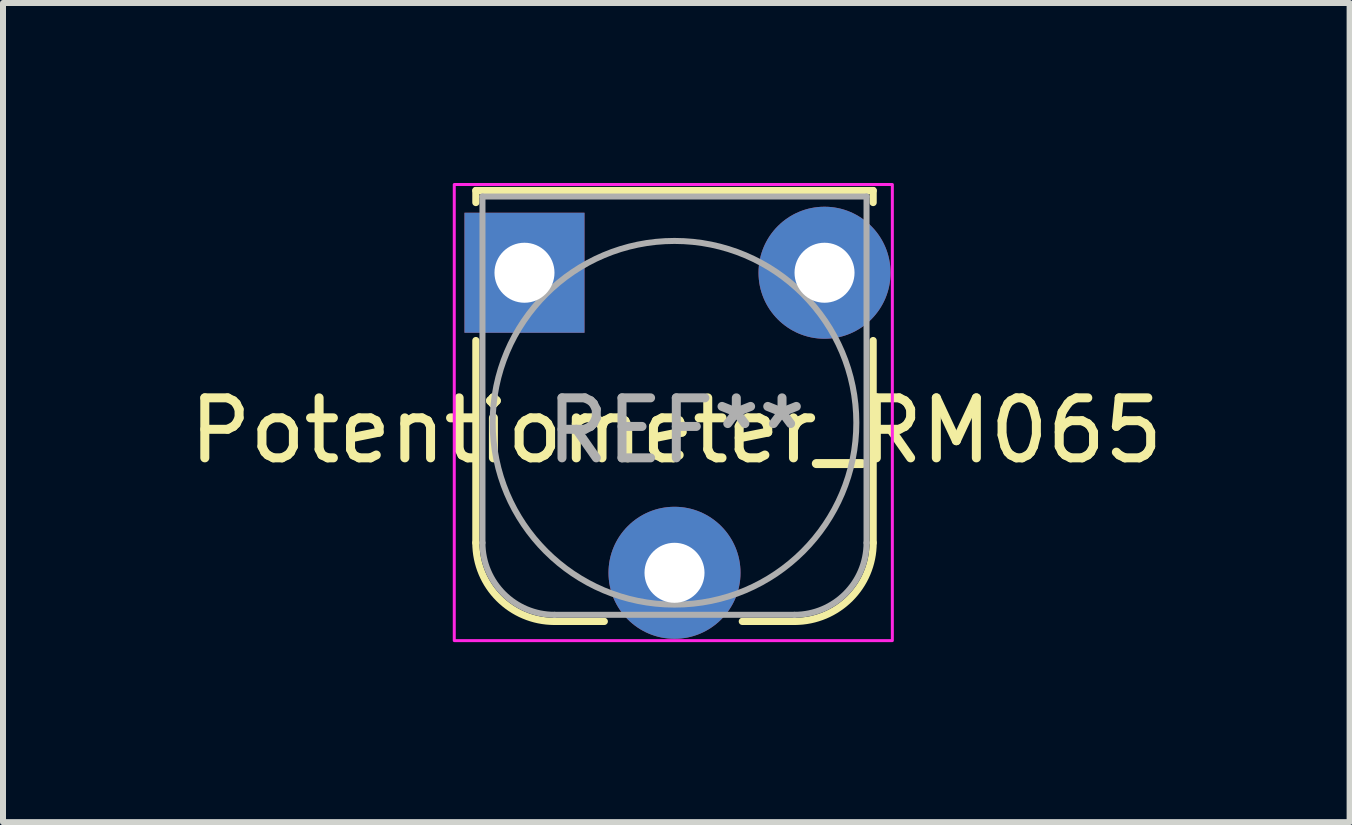
<source format=kicad_pcb>
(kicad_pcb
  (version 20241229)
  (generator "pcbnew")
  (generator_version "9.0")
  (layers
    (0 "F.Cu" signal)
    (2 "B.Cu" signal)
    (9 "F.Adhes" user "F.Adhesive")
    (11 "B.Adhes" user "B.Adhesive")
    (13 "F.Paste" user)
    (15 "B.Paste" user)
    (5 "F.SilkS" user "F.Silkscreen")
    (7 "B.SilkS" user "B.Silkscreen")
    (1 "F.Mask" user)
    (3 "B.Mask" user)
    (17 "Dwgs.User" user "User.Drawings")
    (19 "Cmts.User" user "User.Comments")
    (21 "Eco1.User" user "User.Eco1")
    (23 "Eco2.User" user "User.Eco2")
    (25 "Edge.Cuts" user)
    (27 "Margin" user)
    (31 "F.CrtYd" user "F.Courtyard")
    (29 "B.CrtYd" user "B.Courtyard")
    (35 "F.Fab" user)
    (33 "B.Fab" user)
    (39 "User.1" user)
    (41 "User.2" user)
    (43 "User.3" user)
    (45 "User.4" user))
  (footprint "Potentiometer_RM065"
    (layer "F.Cu")
    (at 8.22 3.525)
    (property "Reference" "Potentiometer_RM065" (at 0 0.6 0) (unlocked yes) (layer "F.SilkS") (effects (font (size 1 1) (thickness 0.15))))
    (attr through_hole)
    (fp_line (start -3.34 -3.4) (end -3.34 -3.2) (stroke (width 0.12) (type solid)) (layer "F.SilkS"))
    (fp_line (start -3.34 -3.4) (end 3.28 -3.4) (stroke (width 0.12) (type solid)) (layer "F.SilkS"))
    (fp_line (start -3.34 2.47) (end -3.34 -0.9) (stroke (width 0.12) (type solid)) (layer "F.SilkS"))
    (fp_line (start -1.2 3.78) (end -2.03 3.78) (stroke (width 0.12) (type solid)) (layer "F.SilkS"))
    (fp_line (start 1.97 3.78) (end 1.1 3.78) (stroke (width 0.12) (type solid)) (layer "F.SilkS"))
    (fp_line (start 3.28 -3.4) (end 3.28 -3.2) (stroke (width 0.12) (type solid)) (layer "F.SilkS"))
    (fp_line (start 3.28 -0.9) (end 3.28 2.47) (stroke (width 0.12) (type solid)) (layer "F.SilkS"))
    (fp_arc (start -2.03 3.78) (mid -2.95631 3.39631) (end -3.34 2.47) (stroke (width 0.12) (type solid)) (layer "F.SilkS"))
    (fp_arc (start 3.28 2.47) (mid 2.89631 3.39631) (end 1.97 3.78) (stroke (width 0.12) (type solid)) (layer "F.SilkS"))
    (fp_rect (start -3.7 -3.5) (end 3.6 4.1) (stroke (width 0.05) (type solid)) (fill no) (layer "F.CrtYd"))
    (fp_line (start -3.23 2.47) (end -3.23 -3.3) (stroke (width 0.1) (type solid)) (layer "F.Fab"))
    (fp_line (start -2.03 3.67) (end 1.97 3.67) (stroke (width 0.1) (type solid)) (layer "F.Fab"))
    (fp_line (start 3.17 -3.3) (end -3.23 -3.3) (stroke (width 0.1) (type solid)) (layer "F.Fab"))
    (fp_line (start 3.17 2.47) (end 3.17 -3.3) (stroke (width 0.1) (type solid)) (layer "F.Fab"))
    (fp_arc (start -2.03 3.67) (mid -2.878528 3.318528) (end -3.23 2.47) (stroke (width 0.1) (type solid)) (layer "F.Fab"))
    (fp_arc (start 3.17 2.47) (mid 2.818528 3.318528) (end 1.97 3.67) (stroke (width 0.1) (type solid)) (layer "F.Fab"))
    (fp_circle (center -0.03 0.47) (end 3 0.5) (stroke (width 0.1) (type solid)) (fill no) (layer "F.Fab"))
    (fp_text user "REF**" (at 0 0.6 0) (unlocked yes) (layer "F.Fab") (effects (font (size 1 1) (thickness 0.15))))
    (pad "1" thru_hole rect (at -2.53 -2.03) (size 2 2) (drill 1) (layers "*.Cu" "*.Mask"))
    (pad "2" thru_hole circle (at -0.03 2.97) (size 2.2 2.2) (drill 1) (layers "*.Cu" "*.Mask"))
    (pad "3" thru_hole circle (at 2.47 -2.03) (size 2.2 2.2) (drill 1) (layers "*.Cu" "*.Mask")))
  (gr_rect
    (start -3 -3)
    (end 19.44 10.65)
    (stroke (width 0.1) (type default))
    (fill no)
    (layer "Edge.Cuts")))
</source>
